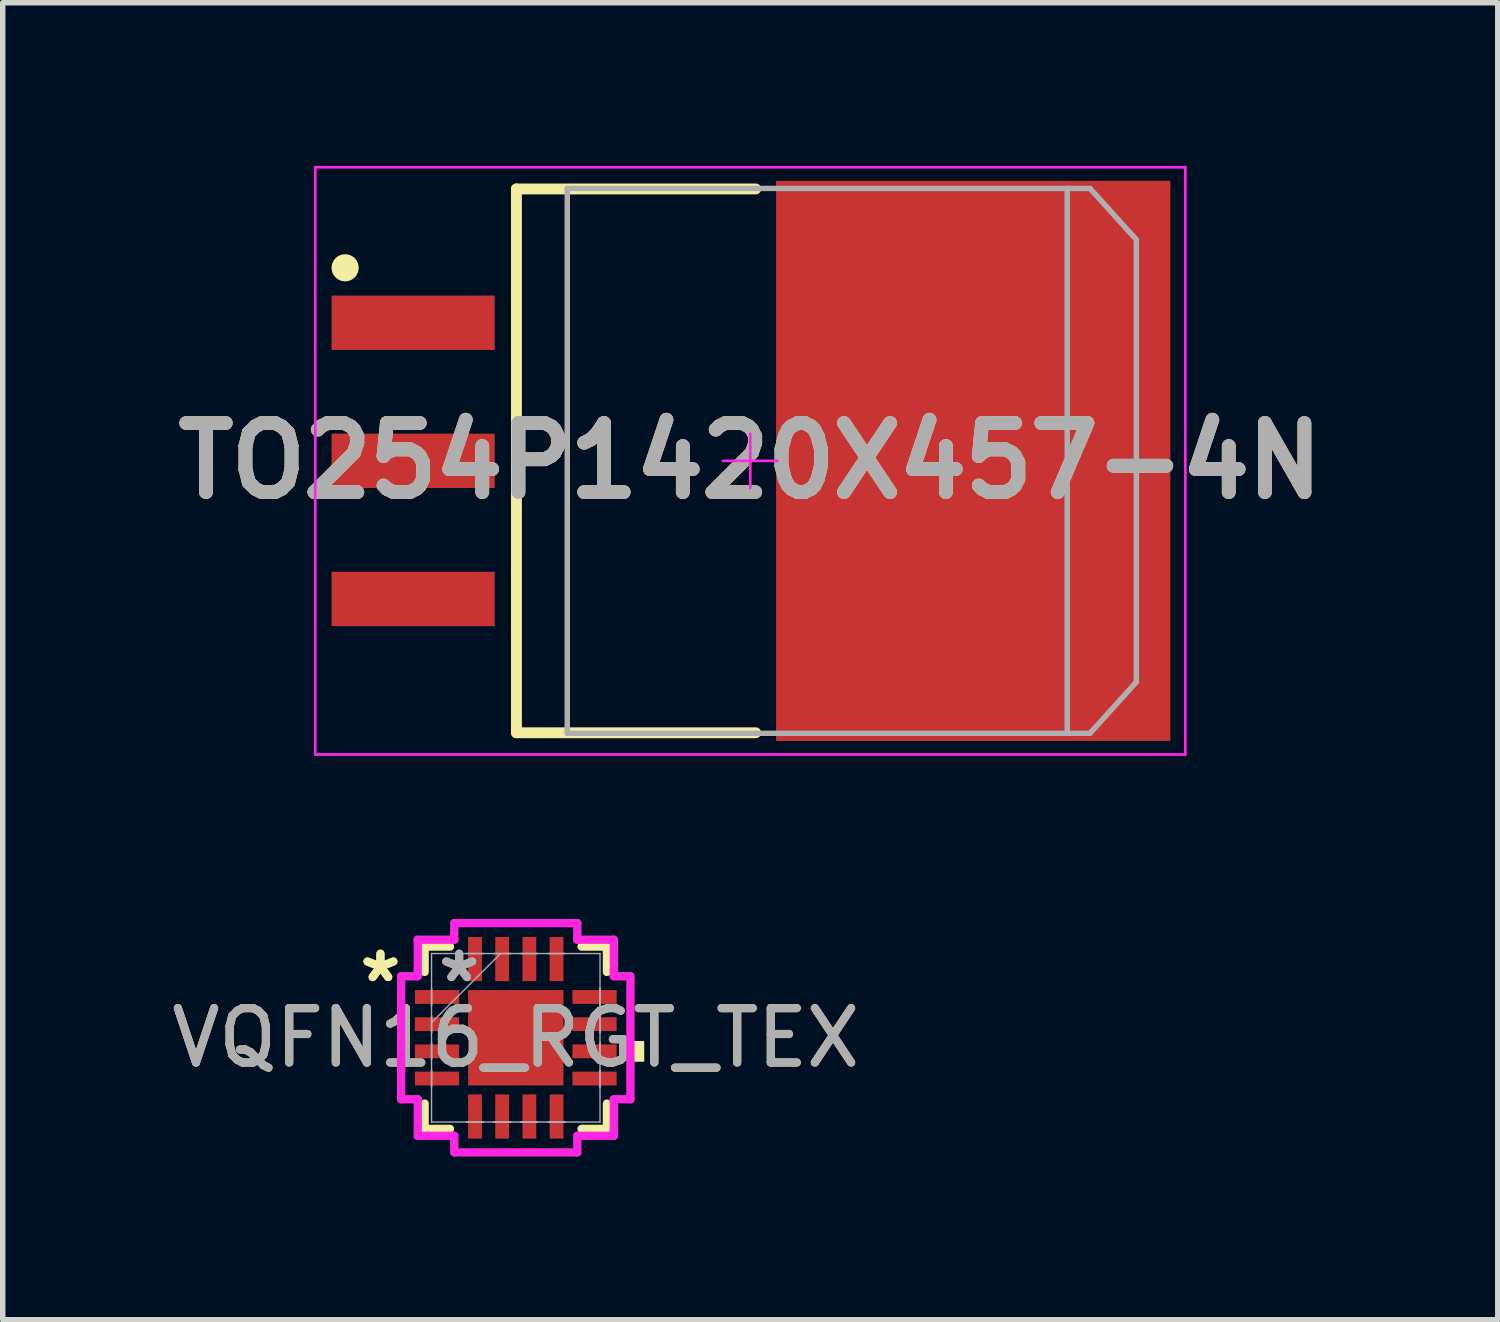
<source format=kicad_pcb>
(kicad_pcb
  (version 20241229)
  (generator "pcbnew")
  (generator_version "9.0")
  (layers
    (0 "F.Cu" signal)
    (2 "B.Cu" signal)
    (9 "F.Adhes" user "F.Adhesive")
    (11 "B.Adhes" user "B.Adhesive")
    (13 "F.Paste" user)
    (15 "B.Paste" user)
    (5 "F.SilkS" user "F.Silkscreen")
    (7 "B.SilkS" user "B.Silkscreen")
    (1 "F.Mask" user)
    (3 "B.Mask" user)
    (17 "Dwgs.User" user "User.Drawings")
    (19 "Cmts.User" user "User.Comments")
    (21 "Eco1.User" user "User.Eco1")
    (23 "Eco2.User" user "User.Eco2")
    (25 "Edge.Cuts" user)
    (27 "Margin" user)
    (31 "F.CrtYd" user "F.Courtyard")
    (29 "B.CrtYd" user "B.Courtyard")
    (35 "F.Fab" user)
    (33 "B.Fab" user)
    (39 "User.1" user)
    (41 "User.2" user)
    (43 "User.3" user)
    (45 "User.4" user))
  (footprint "VQFN16_RGT_TEX"
    (layer "F.Cu")
    (at 6.435 16.034)
    (property "Reference" "VQFN16_RGT_TEX" (at 0 0 0) (unlocked yes) (layer "F.SilkS") (effects (font (size 1 1) (thickness 0.15))))
    (attr smd)
    (fp_line (start -1.676 -1.676) (end -1.676 -1.21) (stroke (width 0.152) (type solid)) (layer "F.SilkS"))
    (fp_line (start -1.676 1.21) (end -1.676 1.676) (stroke (width 0.152) (type solid)) (layer "F.SilkS"))
    (fp_line (start -1.676 1.676) (end -1.21 1.676) (stroke (width 0.152) (type solid)) (layer "F.SilkS"))
    (fp_line (start -1.21 -1.676) (end -1.676 -1.676) (stroke (width 0.152) (type solid)) (layer "F.SilkS"))
    (fp_line (start 1.21 1.676) (end 1.676 1.676) (stroke (width 0.152) (type solid)) (layer "F.SilkS"))
    (fp_line (start 1.676 -1.676) (end 1.21 -1.676) (stroke (width 0.152) (type solid)) (layer "F.SilkS"))
    (fp_line (start 1.676 -1.21) (end 1.676 -1.676) (stroke (width 0.152) (type solid)) (layer "F.SilkS"))
    (fp_line (start 1.676 1.676) (end 1.676 1.21) (stroke (width 0.152) (type solid)) (layer "F.SilkS"))
    (fp_poly (pts (xy 2.362 0.06) (xy 2.362 0.441) (xy 2.108 0.441) (xy 2.108 0.06)) (stroke (width 0) (type solid)) (fill yes) (layer "F.SilkS"))
    (fp_line (start -2.108 -1.131) (end -1.803 -1.131) (stroke (width 0.152) (type solid)) (layer "F.CrtYd"))
    (fp_line (start -2.108 1.131) (end -2.108 -1.131) (stroke (width 0.152) (type solid)) (layer "F.CrtYd"))
    (fp_line (start -1.803 -1.803) (end -1.131 -1.803) (stroke (width 0.152) (type solid)) (layer "F.CrtYd"))
    (fp_line (start -1.803 -1.131) (end -1.803 -1.803) (stroke (width 0.152) (type solid)) (layer "F.CrtYd"))
    (fp_line (start -1.803 1.131) (end -2.108 1.131) (stroke (width 0.152) (type solid)) (layer "F.CrtYd"))
    (fp_line (start -1.803 1.803) (end -1.803 1.131) (stroke (width 0.152) (type solid)) (layer "F.CrtYd"))
    (fp_line (start -1.131 -2.108) (end 1.131 -2.108) (stroke (width 0.152) (type solid)) (layer "F.CrtYd"))
    (fp_line (start -1.131 -1.803) (end -1.131 -2.108) (stroke (width 0.152) (type solid)) (layer "F.CrtYd"))
    (fp_line (start -1.131 1.803) (end -1.803 1.803) (stroke (width 0.152) (type solid)) (layer "F.CrtYd"))
    (fp_line (start -1.131 2.108) (end -1.131 1.803) (stroke (width 0.152) (type solid)) (layer "F.CrtYd"))
    (fp_line (start 1.131 -2.108) (end 1.131 -1.803) (stroke (width 0.152) (type solid)) (layer "F.CrtYd"))
    (fp_line (start 1.131 -1.803) (end 1.803 -1.803) (stroke (width 0.152) (type solid)) (layer "F.CrtYd"))
    (fp_line (start 1.131 1.803) (end 1.131 2.108) (stroke (width 0.152) (type solid)) (layer "F.CrtYd"))
    (fp_line (start 1.131 2.108) (end -1.131 2.108) (stroke (width 0.152) (type solid)) (layer "F.CrtYd"))
    (fp_line (start 1.803 -1.803) (end 1.803 -1.131) (stroke (width 0.152) (type solid)) (layer "F.CrtYd"))
    (fp_line (start 1.803 -1.131) (end 2.108 -1.131) (stroke (width 0.152) (type solid)) (layer "F.CrtYd"))
    (fp_line (start 1.803 1.131) (end 1.803 1.803) (stroke (width 0.152) (type solid)) (layer "F.CrtYd"))
    (fp_line (start 1.803 1.803) (end 1.131 1.803) (stroke (width 0.152) (type solid)) (layer "F.CrtYd"))
    (fp_line (start 2.108 -1.131) (end 2.108 1.131) (stroke (width 0.152) (type solid)) (layer "F.CrtYd"))
    (fp_line (start 2.108 1.131) (end 1.803 1.131) (stroke (width 0.152) (type solid)) (layer "F.CrtYd"))
    (fp_line (start -1.549 -1.549) (end -1.549 -1.549) (stroke (width 0.025) (type solid)) (layer "F.Fab"))
    (fp_line (start -1.549 -1.549) (end -1.549 1.549) (stroke (width 0.025) (type solid)) (layer "F.Fab"))
    (fp_line (start -1.549 -0.903) (end -1.549 -0.903) (stroke (width 0.025) (type solid)) (layer "F.Fab"))
    (fp_line (start -1.549 -0.903) (end -1.549 -0.598) (stroke (width 0.025) (type solid)) (layer "F.Fab"))
    (fp_line (start -1.549 -0.598) (end -1.549 -0.903) (stroke (width 0.025) (type solid)) (layer "F.Fab"))
    (fp_line (start -1.549 -0.598) (end -1.549 -0.598) (stroke (width 0.025) (type solid)) (layer "F.Fab"))
    (fp_line (start -1.549 -0.402) (end -1.549 -0.402) (stroke (width 0.025) (type solid)) (layer "F.Fab"))
    (fp_line (start -1.549 -0.402) (end -1.549 -0.098) (stroke (width 0.025) (type solid)) (layer "F.Fab"))
    (fp_line (start -1.549 -0.279) (end -0.279 -1.549) (stroke (width 0.025) (type solid)) (layer "F.Fab"))
    (fp_line (start -1.549 -0.098) (end -1.549 -0.402) (stroke (width 0.025) (type solid)) (layer "F.Fab"))
    (fp_line (start -1.549 -0.098) (end -1.549 -0.098) (stroke (width 0.025) (type solid)) (layer "F.Fab"))
    (fp_line (start -1.549 0.098) (end -1.549 0.098) (stroke (width 0.025) (type solid)) (layer "F.Fab"))
    (fp_line (start -1.549 0.098) (end -1.549 0.402) (stroke (width 0.025) (type solid)) (layer "F.Fab"))
    (fp_line (start -1.549 0.402) (end -1.549 0.098) (stroke (width 0.025) (type solid)) (layer "F.Fab"))
    (fp_line (start -1.549 0.402) (end -1.549 0.402) (stroke (width 0.025) (type solid)) (layer "F.Fab"))
    (fp_line (start -1.549 0.598) (end -1.549 0.598) (stroke (width 0.025) (type solid)) (layer "F.Fab"))
    (fp_line (start -1.549 0.598) (end -1.549 0.903) (stroke (width 0.025) (type solid)) (layer "F.Fab"))
    (fp_line (start -1.549 0.903) (end -1.549 0.598) (stroke (width 0.025) (type solid)) (layer "F.Fab"))
    (fp_line (start -1.549 0.903) (end -1.549 0.903) (stroke (width 0.025) (type solid)) (layer "F.Fab"))
    (fp_line (start -1.549 1.549) (end -1.549 1.549) (stroke (width 0.025) (type solid)) (layer "F.Fab"))
    (fp_line (start -1.549 1.549) (end 1.549 1.549) (stroke (width 0.025) (type solid)) (layer "F.Fab"))
    (fp_line (start -0.903 -1.549) (end -0.903 -1.549) (stroke (width 0.025) (type solid)) (layer "F.Fab"))
    (fp_line (start -0.903 -1.549) (end -0.598 -1.549) (stroke (width 0.025) (type solid)) (layer "F.Fab"))
    (fp_line (start -0.903 1.549) (end -0.903 1.549) (stroke (width 0.025) (type solid)) (layer "F.Fab"))
    (fp_line (start -0.903 1.549) (end -0.598 1.549) (stroke (width 0.025) (type solid)) (layer "F.Fab"))
    (fp_line (start -0.598 -1.549) (end -0.903 -1.549) (stroke (width 0.025) (type solid)) (layer "F.Fab"))
    (fp_line (start -0.598 -1.549) (end -0.598 -1.549) (stroke (width 0.025) (type solid)) (layer "F.Fab"))
    (fp_line (start -0.598 1.549) (end -0.903 1.549) (stroke (width 0.025) (type solid)) (layer "F.Fab"))
    (fp_line (start -0.598 1.549) (end -0.598 1.549) (stroke (width 0.025) (type solid)) (layer "F.Fab"))
    (fp_line (start -0.402 -1.549) (end -0.402 -1.549) (stroke (width 0.025) (type solid)) (layer "F.Fab"))
    (fp_line (start -0.402 -1.549) (end -0.098 -1.549) (stroke (width 0.025) (type solid)) (layer "F.Fab"))
    (fp_line (start -0.402 1.549) (end -0.402 1.549) (stroke (width 0.025) (type solid)) (layer "F.Fab"))
    (fp_line (start -0.402 1.549) (end -0.098 1.549) (stroke (width 0.025) (type solid)) (layer "F.Fab"))
    (fp_line (start -0.098 -1.549) (end -0.402 -1.549) (stroke (width 0.025) (type solid)) (layer "F.Fab"))
    (fp_line (start -0.098 -1.549) (end -0.098 -1.549) (stroke (width 0.025) (type solid)) (layer "F.Fab"))
    (fp_line (start -0.098 1.549) (end -0.402 1.549) (stroke (width 0.025) (type solid)) (layer "F.Fab"))
    (fp_line (start -0.098 1.549) (end -0.098 1.549) (stroke (width 0.025) (type solid)) (layer "F.Fab"))
    (fp_line (start 0.098 -1.549) (end 0.098 -1.549) (stroke (width 0.025) (type solid)) (layer "F.Fab"))
    (fp_line (start 0.098 -1.549) (end 0.402 -1.549) (stroke (width 0.025) (type solid)) (layer "F.Fab"))
    (fp_line (start 0.098 1.549) (end 0.098 1.549) (stroke (width 0.025) (type solid)) (layer "F.Fab"))
    (fp_line (start 0.098 1.549) (end 0.402 1.549) (stroke (width 0.025) (type solid)) (layer "F.Fab"))
    (fp_line (start 0.402 -1.549) (end 0.098 -1.549) (stroke (width 0.025) (type solid)) (layer "F.Fab"))
    (fp_line (start 0.402 -1.549) (end 0.402 -1.549) (stroke (width 0.025) (type solid)) (layer "F.Fab"))
    (fp_line (start 0.402 1.549) (end 0.098 1.549) (stroke (width 0.025) (type solid)) (layer "F.Fab"))
    (fp_line (start 0.402 1.549) (end 0.402 1.549) (stroke (width 0.025) (type solid)) (layer "F.Fab"))
    (fp_line (start 0.598 -1.549) (end 0.598 -1.549) (stroke (width 0.025) (type solid)) (layer "F.Fab"))
    (fp_line (start 0.598 -1.549) (end 0.903 -1.549) (stroke (width 0.025) (type solid)) (layer "F.Fab"))
    (fp_line (start 0.598 1.549) (end 0.598 1.549) (stroke (width 0.025) (type solid)) (layer "F.Fab"))
    (fp_line (start 0.598 1.549) (end 0.903 1.549) (stroke (width 0.025) (type solid)) (layer "F.Fab"))
    (fp_line (start 0.903 -1.549) (end 0.598 -1.549) (stroke (width 0.025) (type solid)) (layer "F.Fab"))
    (fp_line (start 0.903 -1.549) (end 0.903 -1.549) (stroke (width 0.025) (type solid)) (layer "F.Fab"))
    (fp_line (start 0.903 1.549) (end 0.598 1.549) (stroke (width 0.025) (type solid)) (layer "F.Fab"))
    (fp_line (start 0.903 1.549) (end 0.903 1.549) (stroke (width 0.025) (type solid)) (layer "F.Fab"))
    (fp_line (start 1.549 -1.549) (end -1.549 -1.549) (stroke (width 0.025) (type solid)) (layer "F.Fab"))
    (fp_line (start 1.549 -1.549) (end 1.549 -1.549) (stroke (width 0.025) (type solid)) (layer "F.Fab"))
    (fp_line (start 1.549 -0.903) (end 1.549 -0.903) (stroke (width 0.025) (type solid)) (layer "F.Fab"))
    (fp_line (start 1.549 -0.903) (end 1.549 -0.598) (stroke (width 0.025) (type solid)) (layer "F.Fab"))
    (fp_line (start 1.549 -0.598) (end 1.549 -0.903) (stroke (width 0.025) (type solid)) (layer "F.Fab"))
    (fp_line (start 1.549 -0.598) (end 1.549 -0.598) (stroke (width 0.025) (type solid)) (layer "F.Fab"))
    (fp_line (start 1.549 -0.402) (end 1.549 -0.402) (stroke (width 0.025) (type solid)) (layer "F.Fab"))
    (fp_line (start 1.549 -0.402) (end 1.549 -0.098) (stroke (width 0.025) (type solid)) (layer "F.Fab"))
    (fp_line (start 1.549 -0.098) (end 1.549 -0.402) (stroke (width 0.025) (type solid)) (layer "F.Fab"))
    (fp_line (start 1.549 -0.098) (end 1.549 -0.098) (stroke (width 0.025) (type solid)) (layer "F.Fab"))
    (fp_line (start 1.549 0.098) (end 1.549 0.098) (stroke (width 0.025) (type solid)) (layer "F.Fab"))
    (fp_line (start 1.549 0.098) (end 1.549 0.402) (stroke (width 0.025) (type solid)) (layer "F.Fab"))
    (fp_line (start 1.549 0.402) (end 1.549 0.098) (stroke (width 0.025) (type solid)) (layer "F.Fab"))
    (fp_line (start 1.549 0.402) (end 1.549 0.402) (stroke (width 0.025) (type solid)) (layer "F.Fab"))
    (fp_line (start 1.549 0.598) (end 1.549 0.598) (stroke (width 0.025) (type solid)) (layer "F.Fab"))
    (fp_line (start 1.549 0.598) (end 1.549 0.903) (stroke (width 0.025) (type solid)) (layer "F.Fab"))
    (fp_line (start 1.549 0.903) (end 1.549 0.598) (stroke (width 0.025) (type solid)) (layer "F.Fab"))
    (fp_line (start 1.549 0.903) (end 1.549 0.903) (stroke (width 0.025) (type solid)) (layer "F.Fab"))
    (fp_line (start 1.549 1.549) (end 1.549 -1.549) (stroke (width 0.025) (type solid)) (layer "F.Fab"))
    (fp_line (start 1.549 1.549) (end 1.549 1.549) (stroke (width 0.025) (type solid)) (layer "F.Fab"))
    (fp_text user "*" (at -2.489 -1 0) (unlocked yes) (layer "F.SilkS") (effects (font (size 1 1) (thickness 0.15))))
    (fp_text user "*" (at -2.489 -1 0) (layer "F.SilkS") (effects (font (size 1 1) (thickness 0.15))))
    (fp_text user "*" (at -1.041 -1 0) (layer "F.Fab") (effects (font (size 1 1) (thickness 0.15))))
    (fp_text user "*" (at -1.041 -1 0) (unlocked yes) (layer "F.Fab") (effects (font (size 1 1) (thickness 0.15))))
    (fp_text user "${REFERENCE}" (at 0 0 0) (unlocked yes) (layer "F.Fab") (effects (font (size 1 1) (thickness 0.15))))
    (pad "1" smd rect (at -1.448 -0.75 90) (size 0.254 0.813) (layers "F.Cu" "F.Mask" "F.Paste"))
    (pad "2" smd rect (at -1.448 -0.25 90) (size 0.254 0.813) (layers "F.Cu" "F.Mask" "F.Paste"))
    (pad "3" smd rect (at -1.448 0.25 90) (size 0.254 0.813) (layers "F.Cu" "F.Mask" "F.Paste"))
    (pad "4" smd rect (at -1.448 0.75 90) (size 0.254 0.813) (layers "F.Cu" "F.Mask" "F.Paste"))
    (pad "5" smd rect (at -0.75 1.448) (size 0.254 0.813) (layers "F.Cu" "F.Mask" "F.Paste"))
    (pad "6" smd rect (at -0.25 1.448) (size 0.254 0.813) (layers "F.Cu" "F.Mask" "F.Paste"))
    (pad "7" smd rect (at 0.25 1.448) (size 0.254 0.813) (layers "F.Cu" "F.Mask" "F.Paste"))
    (pad "8" smd rect (at 0.75 1.448) (size 0.254 0.813) (layers "F.Cu" "F.Mask" "F.Paste"))
    (pad "9" smd rect (at 1.448 0.75 90) (size 0.254 0.813) (layers "F.Cu" "F.Mask" "F.Paste"))
    (pad "10" smd rect (at 1.448 0.25 90) (size 0.254 0.813) (layers "F.Cu" "F.Mask" "F.Paste"))
    (pad "11" smd rect (at 1.448 -0.25 90) (size 0.254 0.813) (layers "F.Cu" "F.Mask" "F.Paste"))
    (pad "12" smd rect (at 1.448 -0.75 90) (size 0.254 0.813) (layers "F.Cu" "F.Mask" "F.Paste"))
    (pad "13" smd rect (at 0.75 -1.448) (size 0.254 0.813) (layers "F.Cu" "F.Mask" "F.Paste"))
    (pad "14" smd rect (at 0.25 -1.448) (size 0.254 0.813) (layers "F.Cu" "F.Mask" "F.Paste"))
    (pad "15" smd rect (at -0.25 -1.448) (size 0.254 0.813) (layers "F.Cu" "F.Mask" "F.Paste"))
    (pad "16" smd rect (at -0.75 -1.448) (size 0.254 0.813) (layers "F.Cu" "F.Mask" "F.Paste"))
    (pad "17" smd rect (at 0 0) (size 1.753 1.753) (layers "F.Cu" "F.Mask" "F.Paste")))
  (footprint "TO254P1420X457-4N"
    (layer "F.Cu")
    (at 10.747 5.425)
    (property "Reference" "TO254P1420X457-4N" (at 0 0 0) (layer "F.SilkS") (effects (font (size 1.27 1.27) (thickness 0.254))))
    (attr smd)
    (fp_line (start -4.3 -5) (end 0.1 -5) (stroke (width 0.2) (type solid)) (layer "F.SilkS"))
    (fp_line (start -4.3 5) (end -4.3 -5) (stroke (width 0.2) (type solid)) (layer "F.SilkS"))
    (fp_line (start 0.1 5) (end -4.3 5) (stroke (width 0.2) (type solid)) (layer "F.SilkS"))
    (fp_circle (center -7.45 -3.55) (end -7.45 -3.425) (stroke (width 0.25) (type solid)) (fill no) (layer "F.SilkS"))
    (fp_line (start -8 -5.4) (end -8 5.4) (stroke (width 0.05) (type solid)) (layer "F.CrtYd"))
    (fp_line (start -8 5.4) (end 8 5.4) (stroke (width 0.05) (type solid)) (layer "F.CrtYd"))
    (fp_line (start -3.441 -5.118) (end -3.441 5.118) (stroke (width 0.001) (type solid)) (layer "F.CrtYd"))
    (fp_line (start -3.441 5.118) (end 5.906 5.118) (stroke (width 0.001) (type solid)) (layer "F.CrtYd"))
    (fp_line (start -0.5 0) (end 0.5 0) (stroke (width 0.05) (type solid)) (layer "F.CrtYd"))
    (fp_line (start 0 0.5) (end 0 -0.5) (stroke (width 0.05) (type solid)) (layer "F.CrtYd"))
    (fp_line (start 5.906 -5.118) (end -3.441 -5.118) (stroke (width 0.001) (type solid)) (layer "F.CrtYd"))
    (fp_line (start 5.906 5.118) (end 5.906 -5.118) (stroke (width 0.001) (type solid)) (layer "F.CrtYd"))
    (fp_line (start 8 -5.4) (end -8 -5.4) (stroke (width 0.05) (type solid)) (layer "F.CrtYd"))
    (fp_line (start 8 5.4) (end 8 -5.4) (stroke (width 0.05) (type solid)) (layer "F.CrtYd"))
    (fp_line (start -3.365 -5.01) (end -3.365 5.01) (stroke (width 0.1) (type solid)) (layer "F.Fab"))
    (fp_line (start -3.365 5.01) (end 5.829 5.01) (stroke (width 0.1) (type solid)) (layer "F.Fab"))
    (fp_line (start 5.829 -5.01) (end -3.365 -5.01) (stroke (width 0.1) (type solid)) (layer "F.Fab"))
    (fp_line (start 5.829 5.01) (end 5.829 -5.01) (stroke (width 0.1) (type solid)) (layer "F.Fab"))
    (fp_line (start 5.83 5.01) (end 6.248 5.01) (stroke (width 0.1) (type solid)) (layer "F.Fab"))
    (fp_line (start 6.248 -5.01) (end 5.83 -5.01) (stroke (width 0.1) (type solid)) (layer "F.Fab"))
    (fp_line (start 6.248 5.01) (end 7.1 4.067) (stroke (width 0.1) (type solid)) (layer "F.Fab"))
    (fp_line (start 7.1 -4.067) (end 6.248 -5.01) (stroke (width 0.1) (type solid)) (layer "F.Fab"))
    (fp_line (start 7.1 4.067) (end 7.1 -4.067) (stroke (width 0.1) (type solid)) (layer "F.Fab"))
    (fp_text user "${REFERENCE}" (at 0 0 0) (layer "F.Fab") (effects (font (size 1.27 1.27) (thickness 0.254))))
    (pad "1" smd rect (at -6.2 -2.54 90) (size 1 3) (layers "F.Cu" "F.Mask" "F.Paste"))
    (pad "2" smd rect (at -6.2 0 90) (size 1 3) (layers "F.Cu" "F.Mask" "F.Paste"))
    (pad "3" smd rect (at -6.2 2.54 90) (size 1 3) (layers "F.Cu" "F.Mask" "F.Paste"))
    (pad "4" smd rect (at 4.1 0) (size 7.25 10.3) (layers "F.Cu" "F.Mask" "F.Paste")))
  (gr_rect
    (start -3 -3)
    (end 24.493 21.219)
    (stroke (width 0.1) (type default))
    (fill no)
    (layer "Edge.Cuts")))
</source>
